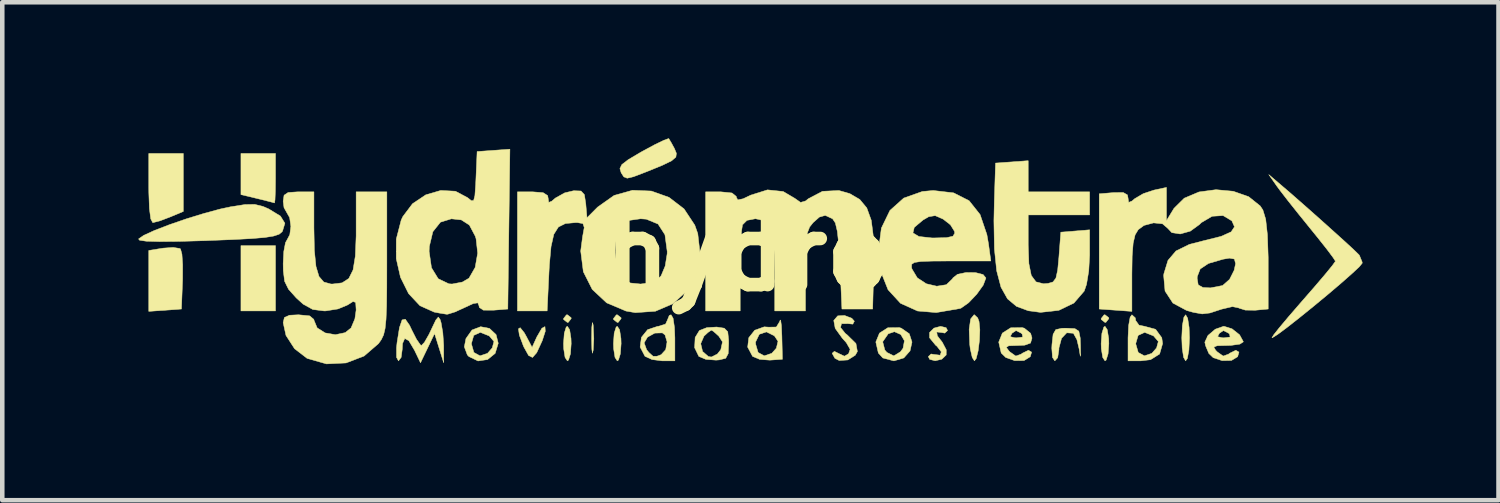
<source format=kicad_pcb>
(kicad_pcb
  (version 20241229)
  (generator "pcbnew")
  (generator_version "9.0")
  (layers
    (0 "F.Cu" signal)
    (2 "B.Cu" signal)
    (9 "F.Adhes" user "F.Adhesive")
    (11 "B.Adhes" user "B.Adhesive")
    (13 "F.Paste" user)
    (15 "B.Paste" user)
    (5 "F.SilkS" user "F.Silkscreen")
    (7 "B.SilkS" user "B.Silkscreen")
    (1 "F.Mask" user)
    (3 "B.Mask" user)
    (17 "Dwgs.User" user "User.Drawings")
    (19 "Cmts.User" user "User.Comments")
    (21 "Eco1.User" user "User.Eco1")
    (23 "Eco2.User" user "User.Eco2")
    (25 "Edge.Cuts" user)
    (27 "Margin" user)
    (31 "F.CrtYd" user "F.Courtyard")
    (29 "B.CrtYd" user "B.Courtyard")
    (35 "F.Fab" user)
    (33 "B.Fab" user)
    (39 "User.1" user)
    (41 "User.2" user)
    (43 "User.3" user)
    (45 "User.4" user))
  (footprint "hydro"
    (layer "F.Cu")
    (at 13.438 2.535)
    (property "Reference" "hydro" (at 0 0 0) (layer "F.SilkS") (effects (font (size 1.524 1.524) (thickness 0.3))))
    (attr through_hole)
    (fp_poly (pts (xy -10.414 1.27) (xy -11.176 1.27) (xy -11.176 -0.169) (xy -10.414 -0.169) (xy -10.414 1.27)) (stroke (width 0.01) (type solid)) (fill yes) (layer "F.SilkS"))
    (fp_poly (pts (xy -3.897 1.419) (xy -3.895 1.439) (xy -3.959 1.522) (xy -3.979 1.524) (xy -4.062 1.46) (xy -4.064 1.439) (xy -4 1.357) (xy -3.979 1.355) (xy -3.897 1.419)) (stroke (width 0.01) (type solid)) (fill yes) (layer "F.SilkS"))
    (fp_poly (pts (xy -2.796 1.419) (xy -2.794 1.439) (xy -2.858 1.522) (xy -2.879 1.524) (xy -2.961 1.46) (xy -2.963 1.439) (xy -2.899 1.357) (xy -2.879 1.355) (xy -2.796 1.419)) (stroke (width 0.01) (type solid)) (fill yes) (layer "F.SilkS"))
    (fp_poly (pts (xy 7.956 1.419) (xy 7.959 1.439) (xy 7.894 1.522) (xy 7.874 1.524) (xy 7.792 1.46) (xy 7.789 1.439) (xy 7.854 1.357) (xy 7.874 1.355) (xy 7.956 1.419)) (stroke (width 0.01) (type solid)) (fill yes) (layer "F.SilkS"))
    (fp_poly (pts (xy -10.414 -1.651) (xy -10.417 -1.373) (xy -10.425 -1.178) (xy -10.435 -1.111) (xy -10.523 -1.135) (xy -10.718 -1.184) (xy -10.816 -1.208) (xy -11.176 -1.294) (xy -11.176 -2.201) (xy -10.414 -2.201) (xy -10.414 -1.651)) (stroke (width 0.01) (type solid)) (fill yes) (layer "F.SilkS"))
    (fp_poly (pts (xy -3.412 1.571) (xy -3.41 1.587) (xy -3.396 1.884) (xy -3.41 2.138) (xy -3.427 2.202) (xy -3.439 2.115) (xy -3.444 1.897) (xy -3.444 1.863) (xy -3.44 1.63) (xy -3.428 1.526) (xy -3.412 1.571)) (stroke (width 0.01) (type solid)) (fill yes) (layer "F.SilkS"))
    (fp_poly (pts (xy -12.446 -0.923) (xy -12.74 -0.8) (xy -12.954 -0.719) (xy -13.106 -0.679) (xy -13.121 -0.677) (xy -13.164 -0.758) (xy -13.194 -0.986) (xy -13.207 -1.34) (xy -13.208 -1.439) (xy -13.208 -2.201) (xy -12.446 -2.201) (xy -12.446 -0.923)) (stroke (width 0.01) (type solid)) (fill yes) (layer "F.SilkS"))
    (fp_poly (pts (xy -12.522 -0.106) (xy -12.508 -0.095) (xy -12.477 0.018) (xy -12.461 0.252) (xy -12.462 0.559) (xy -12.463 0.601) (xy -12.488 1.228) (xy -12.848 1.254) (xy -13.208 1.28) (xy -13.208 -0.063) (xy -12.893 -0.114) (xy -12.67 -0.13) (xy -12.522 -0.106)) (stroke (width 0.01) (type solid)) (fill yes) (layer "F.SilkS"))
    (fp_poly (pts (xy -3.929 1.684) (xy -3.899 1.876) (xy -3.895 1.99) (xy -3.911 2.217) (xy -3.954 2.353) (xy -3.979 2.371) (xy -4.03 2.295) (xy -4.06 2.104) (xy -4.064 1.99) (xy -4.047 1.762) (xy -4.005 1.626) (xy -3.979 1.609) (xy -3.929 1.684)) (stroke (width 0.01) (type solid)) (fill yes) (layer "F.SilkS"))
    (fp_poly (pts (xy -2.828 1.684) (xy -2.798 1.876) (xy -2.794 1.99) (xy -2.811 2.217) (xy -2.853 2.353) (xy -2.879 2.371) (xy -2.929 2.295) (xy -2.959 2.104) (xy -2.963 1.99) (xy -2.947 1.762) (xy -2.904 1.626) (xy -2.879 1.609) (xy -2.828 1.684)) (stroke (width 0.01) (type solid)) (fill yes) (layer "F.SilkS"))
    (fp_poly (pts (xy 7.924 1.684) (xy 7.955 1.876) (xy 7.959 1.99) (xy 7.942 2.217) (xy 7.899 2.353) (xy 7.874 2.371) (xy 7.824 2.295) (xy 7.793 2.104) (xy 7.789 1.99) (xy 7.806 1.762) (xy 7.849 1.626) (xy 7.874 1.609) (xy 7.924 1.684)) (stroke (width 0.01) (type solid)) (fill yes) (layer "F.SilkS"))
    (fp_poly (pts (xy 9.697 1.432) (xy 9.728 1.633) (xy 9.737 1.863) (xy 9.724 2.133) (xy 9.69 2.317) (xy 9.652 2.371) (xy 9.607 2.294) (xy 9.576 2.092) (xy 9.567 1.863) (xy 9.58 1.592) (xy 9.614 1.409) (xy 9.652 1.355) (xy 9.697 1.432)) (stroke (width 0.01) (type solid)) (fill yes) (layer "F.SilkS"))
    (fp_poly (pts (xy 5.068 1.424) (xy 5.097 1.503) (xy 5.115 1.684) (xy 5.106 1.919) (xy 5.077 2.151) (xy 5.034 2.32) (xy 4.995 2.371) (xy 4.947 2.295) (xy 4.904 2.106) (xy 4.892 2.011) (xy 4.879 1.674) (xy 4.912 1.447) (xy 4.987 1.355) (xy 4.995 1.355) (xy 5.068 1.424)) (stroke (width 0.01) (type solid)) (fill yes) (layer "F.SilkS"))
    (fp_poly (pts (xy -4.466 1.719) (xy -4.533 1.926) (xy -4.654 2.189) (xy -4.747 2.296) (xy -4.834 2.253) (xy -4.938 2.066) (xy -4.952 2.034) (xy -5.038 1.804) (xy -5.058 1.665) (xy -5.019 1.64) (xy -4.93 1.75) (xy -4.883 1.834) (xy -4.757 2.074) (xy -4.651 1.841) (xy -4.541 1.652) (xy -4.473 1.616) (xy -4.466 1.719)) (stroke (width 0.01) (type solid)) (fill yes) (layer "F.SilkS"))
    (fp_poly (pts (xy -1.743 -2.529) (xy -1.688 -2.438) (xy -1.619 -2.311) (xy -1.575 -2.204) (xy -1.587 -2.121) (xy -1.681 -2.04) (xy -1.88 -1.943) (xy -2.21 -1.808) (xy -2.272 -1.784) (xy -2.521 -1.689) (xy -2.66 -1.656) (xy -2.735 -1.686) (xy -2.793 -1.776) (xy -2.821 -1.868) (xy -2.778 -1.957) (xy -2.637 -2.065) (xy -2.374 -2.221) (xy -2.325 -2.249) (xy -2.056 -2.394) (xy -1.851 -2.493) (xy -1.748 -2.53) (xy -1.743 -2.529)) (stroke (width 0.01) (type solid)) (fill yes) (layer "F.SilkS"))
    (fp_poly (pts (xy 4.371 1.639) (xy 4.403 1.702) (xy 4.341 1.759) (xy 4.276 1.747) (xy 4.164 1.734) (xy 4.178 1.82) (xy 4.286 1.959) (xy 4.374 2.126) (xy 4.373 2.241) (xy 4.277 2.334) (xy 4.13 2.369) (xy 4.009 2.338) (xy 3.979 2.277) (xy 4.04 2.219) (xy 4.098 2.229) (xy 4.24 2.246) (xy 4.265 2.172) (xy 4.167 2.047) (xy 4.139 2.025) (xy 4.006 1.862) (xy 4.006 1.746) (xy 4.103 1.649) (xy 4.249 1.61) (xy 4.371 1.639)) (stroke (width 0.01) (type solid)) (fill yes) (layer "F.SilkS"))
    (fp_poly (pts (xy -5.697 1.655) (xy -5.551 1.792) (xy -5.503 1.983) (xy -5.571 2.206) (xy -5.738 2.342) (xy -5.949 2.373) (xy -6.15 2.276) (xy -6.185 2.239) (xy -6.251 2.061) (xy -6.237 1.992) (xy -6.096 1.992) (xy -6.04 2.186) (xy -5.905 2.26) (xy -5.74 2.205) (xy -5.636 2.086) (xy -5.597 1.944) (xy -5.702 1.821) (xy -5.898 1.743) (xy -6.043 1.809) (xy -6.096 1.992) (xy -6.237 1.992) (xy -6.215 1.879) (xy -6.081 1.69) (xy -5.891 1.618) (xy -5.697 1.655)) (stroke (width 0.01) (type solid)) (fill yes) (layer "F.SilkS"))
    (fp_poly (pts (xy 7.21 1.66) (xy 7.297 1.716) (xy 7.328 1.867) (xy 7.334 2.032) (xy 7.337 2.232) (xy 7.33 2.269) (xy 7.31 2.148) (xy 7.306 2.117) (xy 7.255 1.903) (xy 7.181 1.769) (xy 7.171 1.762) (xy 7.031 1.752) (xy 6.916 1.873) (xy 6.859 2.086) (xy 6.858 2.127) (xy 6.831 2.301) (xy 6.768 2.371) (xy 6.716 2.294) (xy 6.701 2.091) (xy 6.705 2.011) (xy 6.73 1.785) (xy 6.789 1.682) (xy 6.925 1.652) (xy 7.027 1.651) (xy 7.21 1.66)) (stroke (width 0.01) (type solid)) (fill yes) (layer "F.SilkS"))
    (fp_poly (pts (xy 2.292 1.432) (xy 2.348 1.496) (xy 2.314 1.561) (xy 2.206 1.55) (xy 2.064 1.551) (xy 2.044 1.636) (xy 2.148 1.766) (xy 2.185 1.794) (xy 2.383 1.988) (xy 2.415 2.164) (xy 2.368 2.247) (xy 2.204 2.351) (xy 2.014 2.363) (xy 1.919 2.314) (xy 1.858 2.203) (xy 1.908 2.161) (xy 1.993 2.204) (xy 2.129 2.268) (xy 2.221 2.215) (xy 2.255 2.116) (xy 2.172 1.971) (xy 2.08 1.868) (xy 1.926 1.654) (xy 1.894 1.481) (xy 1.981 1.379) (xy 2.131 1.37) (xy 2.292 1.432)) (stroke (width 0.01) (type solid)) (fill yes) (layer "F.SilkS"))
    (fp_poly (pts (xy 3.382 1.65) (xy 3.559 1.773) (xy 3.619 1.957) (xy 3.576 2.151) (xy 3.439 2.306) (xy 3.222 2.371) (xy 3.217 2.371) (xy 2.976 2.307) (xy 2.877 2.198) (xy 2.822 1.957) (xy 2.824 1.95) (xy 2.973 1.95) (xy 3.02 2.132) (xy 3.066 2.185) (xy 3.218 2.261) (xy 3.366 2.17) (xy 3.422 2.092) (xy 3.452 1.928) (xy 3.372 1.79) (xy 3.231 1.728) (xy 3.095 1.774) (xy 2.973 1.95) (xy 2.824 1.95) (xy 2.902 1.759) (xy 3.086 1.641) (xy 3.34 1.638) (xy 3.382 1.65)) (stroke (width 0.01) (type solid)) (fill yes) (layer "F.SilkS"))
    (fp_poly (pts (xy -10.688 -1.033) (xy -10.564 -0.979) (xy -10.305 -0.821) (xy -10.207 -0.663) (xy -10.26 -0.488) (xy -10.272 -0.472) (xy -10.334 -0.421) (xy -10.45 -0.382) (xy -10.645 -0.35) (xy -10.94 -0.325) (xy -11.358 -0.303) (xy -11.923 -0.281) (xy -11.931 -0.28) (xy -12.532 -0.263) (xy -12.973 -0.259) (xy -13.263 -0.267) (xy -13.411 -0.289) (xy -13.433 -0.317) (xy -13.321 -0.395) (xy -13.084 -0.504) (xy -12.759 -0.629) (xy -12.383 -0.759) (xy -11.996 -0.878) (xy -11.635 -0.976) (xy -11.407 -1.025) (xy -11.09 -1.075) (xy -10.873 -1.079) (xy -10.688 -1.033)) (stroke (width 0.01) (type solid)) (fill yes) (layer "F.SilkS"))
    (fp_poly (pts (xy 8.542 1.423) (xy 8.551 1.482) (xy 8.624 1.584) (xy 8.746 1.609) (xy 8.991 1.676) (xy 9.126 1.861) (xy 9.144 1.99) (xy 9.078 2.22) (xy 8.878 2.345) (xy 8.661 2.371) (xy 8.382 2.371) (xy 8.382 1.992) (xy 8.551 1.992) (xy 8.607 2.186) (xy 8.743 2.26) (xy 8.907 2.205) (xy 9.011 2.086) (xy 9.05 1.944) (xy 8.945 1.821) (xy 8.749 1.743) (xy 8.605 1.809) (xy 8.551 1.992) (xy 8.382 1.992) (xy 8.382 1.863) (xy 8.395 1.592) (xy 8.428 1.409) (xy 8.467 1.355) (xy 8.542 1.423)) (stroke (width 0.01) (type solid)) (fill yes) (layer "F.SilkS"))
    (fp_poly (pts (xy 0.74 1.595) (xy 0.75 1.824) (xy 0.762 2.336) (xy 0.484 2.355) (xy 0.261 2.338) (xy 0.106 2.273) (xy 0.103 2.27) (xy -0.004 2.068) (xy 0.005 1.992) (xy 0.169 1.992) (xy 0.226 2.186) (xy 0.362 2.26) (xy 0.528 2.204) (xy 0.628 2.092) (xy 0.665 1.939) (xy 0.585 1.819) (xy 0.409 1.732) (xy 0.252 1.785) (xy 0.171 1.954) (xy 0.169 1.992) (xy 0.005 1.992) (xy 0.021 1.86) (xy 0.152 1.695) (xy 0.361 1.621) (xy 0.461 1.628) (xy 0.628 1.625) (xy 0.701 1.506) (xy 0.704 1.49) (xy 0.723 1.471) (xy 0.74 1.595)) (stroke (width 0.01) (type solid)) (fill yes) (layer "F.SilkS"))
    (fp_poly (pts (xy -0.519 1.651) (xy -0.443 1.729) (xy -0.424 1.91) (xy -0.423 1.99) (xy -0.433 2.211) (xy -0.488 2.314) (xy -0.628 2.349) (xy -0.701 2.355) (xy -0.925 2.338) (xy -1.08 2.273) (xy -1.082 2.27) (xy -1.174 2.08) (xy -1.169 1.991) (xy -1.039 1.991) (xy -0.998 2.164) (xy -0.87 2.275) (xy -0.804 2.286) (xy -0.671 2.219) (xy -0.596 2.123) (xy -0.559 1.952) (xy -0.641 1.826) (xy -0.758 1.721) (xy -0.804 1.693) (xy -0.88 1.745) (xy -0.967 1.826) (xy -1.039 1.991) (xy -1.169 1.991) (xy -1.162 1.855) (xy -1.068 1.702) (xy -0.904 1.638) (xy -0.687 1.625) (xy -0.519 1.651)) (stroke (width 0.01) (type solid)) (fill yes) (layer "F.SilkS"))
    (fp_poly (pts (xy -6.785 1.459) (xy -6.763 1.531) (xy -6.725 1.753) (xy -6.706 2.031) (xy -6.706 2.074) (xy -6.706 2.413) (xy -6.907 1.768) (xy -7.062 2.091) (xy -7.217 2.413) (xy -7.349 2.138) (xy -7.474 1.927) (xy -7.564 1.877) (xy -7.613 1.988) (xy -7.62 2.117) (xy -7.644 2.295) (xy -7.702 2.371) (xy -7.703 2.371) (xy -7.745 2.294) (xy -7.746 2.086) (xy -7.734 1.968) (xy -7.681 1.637) (xy -7.623 1.468) (xy -7.552 1.453) (xy -7.459 1.586) (xy -7.411 1.688) (xy -7.305 1.896) (xy -7.22 2.018) (xy -7.197 2.032) (xy -7.13 1.962) (xy -7.029 1.785) (xy -6.979 1.68) (xy -6.88 1.472) (xy -6.824 1.404) (xy -6.785 1.459)) (stroke (width 0.01) (type solid)) (fill yes) (layer "F.SilkS"))
    (fp_poly (pts (xy -1.648 1.432) (xy -1.618 1.633) (xy -1.609 1.863) (xy -1.609 2.371) (xy -1.888 2.371) (xy -2.112 2.342) (xy -2.267 2.271) (xy -2.269 2.269) (xy -2.375 2.066) (xy -2.363 1.976) (xy -2.286 1.976) (xy -2.231 2.126) (xy -2.184 2.184) (xy -2.09 2.27) (xy -2.008 2.27) (xy -1.912 2.235) (xy -1.811 2.124) (xy -1.781 1.952) (xy -1.826 1.8) (xy -1.884 1.754) (xy -2.051 1.759) (xy -2.212 1.847) (xy -2.286 1.973) (xy -2.286 1.976) (xy -2.363 1.976) (xy -2.347 1.853) (xy -2.21 1.683) (xy -1.987 1.609) (xy -1.973 1.609) (xy -1.815 1.561) (xy -1.778 1.482) (xy -1.732 1.369) (xy -1.693 1.355) (xy -1.648 1.432)) (stroke (width 0.01) (type solid)) (fill yes) (layer "F.SilkS"))
    (fp_poly (pts (xy 6.096 1.651) (xy 6.234 1.763) (xy 6.265 1.868) (xy 6.232 1.979) (xy 6.104 2.025) (xy 5.951 2.032) (xy 5.753 2.038) (xy 5.697 2.072) (xy 5.758 2.154) (xy 5.777 2.173) (xy 5.907 2.265) (xy 6.026 2.223) (xy 6.051 2.203) (xy 6.187 2.137) (xy 6.256 2.178) (xy 6.226 2.28) (xy 6.089 2.364) (xy 5.884 2.366) (xy 5.687 2.297) (xy 5.586 2.198) (xy 5.531 1.957) (xy 5.58 1.837) (xy 5.783 1.837) (xy 5.886 1.862) (xy 5.927 1.863) (xy 6.061 1.846) (xy 6.048 1.782) (xy 6.028 1.761) (xy 5.913 1.703) (xy 5.825 1.761) (xy 5.783 1.837) (xy 5.58 1.837) (xy 5.611 1.759) (xy 5.795 1.642) (xy 6.05 1.638) (xy 6.096 1.651)) (stroke (width 0.01) (type solid)) (fill yes) (layer "F.SilkS"))
    (fp_poly (pts (xy 6.181 -1.355) (xy 7.535 -1.355) (xy 7.535 -0.847) (xy 6.181 -0.847) (xy 6.181 -0.18) (xy 6.196 0.227) (xy 6.249 0.489) (xy 6.353 0.629) (xy 6.518 0.671) (xy 6.621 0.663) (xy 6.728 0.631) (xy 6.792 0.546) (xy 6.831 0.37) (xy 6.858 0.085) (xy 6.9 -0.466) (xy 7.218 -0.492) (xy 7.535 -0.518) (xy 7.535 0.041) (xy 7.516 0.387) (xy 7.467 0.684) (xy 7.416 0.833) (xy 7.189 1.096) (xy 6.856 1.257) (xy 6.453 1.302) (xy 6.182 1.266) (xy 5.923 1.17) (xy 5.724 1.003) (xy 5.581 0.747) (xy 5.486 0.386) (xy 5.436 -0.097) (xy 5.425 -0.72) (xy 5.434 -1.143) (xy 5.461 -1.99) (xy 5.821 -2.016) (xy 6.181 -2.042) (xy 6.181 -1.355)) (stroke (width 0.01) (type solid)) (fill yes) (layer "F.SilkS"))
    (fp_poly (pts (xy 10.676 1.665) (xy 10.841 1.796) (xy 10.921 1.942) (xy 10.922 1.953) (xy 10.847 2.002) (xy 10.657 2.029) (xy 10.565 2.032) (xy 10.348 2.037) (xy 10.273 2.066) (xy 10.312 2.135) (xy 10.349 2.173) (xy 10.479 2.265) (xy 10.598 2.223) (xy 10.623 2.203) (xy 10.759 2.137) (xy 10.828 2.178) (xy 10.798 2.28) (xy 10.662 2.362) (xy 10.457 2.366) (xy 10.261 2.301) (xy 10.163 2.207) (xy 10.092 2.038) (xy 10.075 1.959) (xy 10.132 1.837) (xy 10.355 1.837) (xy 10.458 1.862) (xy 10.499 1.863) (xy 10.633 1.846) (xy 10.62 1.782) (xy 10.6 1.761) (xy 10.485 1.703) (xy 10.397 1.761) (xy 10.355 1.837) (xy 10.132 1.837) (xy 10.145 1.81) (xy 10.306 1.673) (xy 10.488 1.609) (xy 10.499 1.609) (xy 10.676 1.665)) (stroke (width 0.01) (type solid)) (fill yes) (layer "F.SilkS"))
    (fp_poly (pts (xy 11.69 -1.561) (xy 11.944 -1.344) (xy 12.243 -1.082) (xy 12.561 -0.801) (xy 12.869 -0.525) (xy 13.142 -0.279) (xy 13.351 -0.087) (xy 13.468 0.027) (xy 13.482 0.042) (xy 13.543 0.191) (xy 13.545 0.217) (xy 13.484 0.293) (xy 13.317 0.449) (xy 13.073 0.664) (xy 12.78 0.913) (xy 12.466 1.173) (xy 12.159 1.421) (xy 11.888 1.634) (xy 11.681 1.788) (xy 11.565 1.86) (xy 11.555 1.863) (xy 11.589 1.803) (xy 11.717 1.641) (xy 11.919 1.4) (xy 12.176 1.103) (xy 12.23 1.041) (xy 12.501 0.73) (xy 12.726 0.466) (xy 12.883 0.274) (xy 12.952 0.178) (xy 12.954 0.173) (xy 12.903 0.093) (xy 12.767 -0.089) (xy 12.567 -0.341) (xy 12.398 -0.55) (xy 12.142 -0.866) (xy 11.908 -1.16) (xy 11.729 -1.392) (xy 11.663 -1.482) (xy 11.485 -1.736) (xy 11.69 -1.561)) (stroke (width 0.01) (type solid)) (fill yes) (layer "F.SilkS"))
    (fp_poly (pts (xy -5.269 -0.534) (xy -5.292 1.228) (xy -5.609 1.254) (xy -5.831 1.253) (xy -5.921 1.193) (xy -5.927 1.157) (xy -5.953 1.092) (xy -6.055 1.108) (xy -6.241 1.194) (xy -6.458 1.293) (xy -6.616 1.342) (xy -6.643 1.343) (xy -6.793 1.319) (xy -6.918 1.295) (xy -7.229 1.155) (xy -7.48 0.888) (xy -7.658 0.53) (xy -7.752 0.117) (xy -7.752 -0.042) (xy -7.027 -0.042) (xy -6.975 0.318) (xy -6.826 0.561) (xy -6.592 0.672) (xy -6.521 0.677) (xy -6.295 0.634) (xy -6.148 0.548) (xy -6.012 0.311) (xy -5.957 -0.004) (xy -5.992 -0.321) (xy -6.011 -0.38) (xy -6.14 -0.623) (xy -6.317 -0.737) (xy -6.536 -0.761) (xy -6.777 -0.687) (xy -6.945 -0.476) (xy -7.023 -0.149) (xy -7.027 -0.042) (xy -7.752 -0.042) (xy -7.751 -0.315) (xy -7.643 -0.732) (xy -7.608 -0.808) (xy -7.394 -1.093) (xy -7.1 -1.29) (xy -6.77 -1.386) (xy -6.447 -1.369) (xy -6.182 -1.229) (xy -6.096 -1.16) (xy -6.046 -1.165) (xy -6.018 -1.273) (xy -6.001 -1.509) (xy -5.994 -1.663) (xy -5.969 -2.244) (xy -5.607 -2.27) (xy -5.246 -2.296) (xy -5.269 -0.534)) (stroke (width 0.01) (type solid)) (fill yes) (layer "F.SilkS"))
    (fp_poly (pts (xy 0.779 -1.363) (xy 1.032 -1.214) (xy 1.163 -1.122) (xy 1.274 -1.155) (xy 1.333 -1.203) (xy 1.645 -1.367) (xy 2.007 -1.385) (xy 2.246 -1.317) (xy 2.467 -1.188) (xy 2.622 -1.001) (xy 2.721 -0.728) (xy 2.77 -0.345) (xy 2.779 0.172) (xy 2.776 0.322) (xy 2.752 1.228) (xy 2.074 1.228) (xy 2.032 0.272) (xy 2.006 -0.179) (xy 1.973 -0.484) (xy 1.929 -0.67) (xy 1.869 -0.76) (xy 1.863 -0.764) (xy 1.707 -0.836) (xy 1.578 -0.8) (xy 1.439 -0.677) (xy 1.362 -0.58) (xy 1.312 -0.45) (xy 1.284 -0.251) (xy 1.272 0.053) (xy 1.27 0.381) (xy 1.27 1.27) (xy 0.593 1.27) (xy 0.593 0.418) (xy 0.584 0.038) (xy 0.562 -0.291) (xy 0.528 -0.523) (xy 0.505 -0.598) (xy 0.367 -0.718) (xy 0.168 -0.763) (xy -0.019 -0.727) (xy -0.118 -0.628) (xy -0.139 -0.491) (xy -0.157 -0.226) (xy -0.167 0.122) (xy -0.169 0.388) (xy -0.169 1.27) (xy -0.931 1.27) (xy -0.931 -1.355) (xy -0.593 -1.355) (xy -0.349 -1.33) (xy -0.256 -1.255) (xy -0.254 -1.237) (xy -0.222 -1.178) (xy -0.104 -1.203) (xy 0.064 -1.283) (xy 0.433 -1.399) (xy 0.779 -1.363)) (stroke (width 0.01) (type solid)) (fill yes) (layer "F.SilkS"))
    (fp_poly (pts (xy 4.536 -1.333) (xy 4.878 -1.16) (xy 5.12 -0.855) (xy 5.27 -0.413) (xy 5.305 -0.213) (xy 5.357 0.169) (xy 4.464 0.169) (xy 4.068 0.171) (xy 3.813 0.18) (xy 3.671 0.202) (xy 3.612 0.242) (xy 3.609 0.308) (xy 3.618 0.344) (xy 3.735 0.54) (xy 3.934 0.671) (xy 4.165 0.725) (xy 4.376 0.692) (xy 4.514 0.559) (xy 4.521 0.543) (xy 4.623 0.462) (xy 4.811 0.423) (xy 5.02 0.425) (xy 5.187 0.468) (xy 5.249 0.544) (xy 5.19 0.701) (xy 5.046 0.902) (xy 4.866 1.091) (xy 4.7 1.208) (xy 4.674 1.217) (xy 4.153 1.306) (xy 3.743 1.272) (xy 3.366 1.102) (xy 3.091 0.803) (xy 2.926 0.389) (xy 2.879 -0.061) (xy 2.93 -0.45) (xy 3.64 -0.45) (xy 3.771 -0.371) (xy 4.06 -0.339) (xy 4.113 -0.339) (xy 4.383 -0.346) (xy 4.521 -0.377) (xy 4.561 -0.442) (xy 4.556 -0.484) (xy 4.467 -0.628) (xy 4.306 -0.754) (xy 4.13 -0.831) (xy 3.986 -0.807) (xy 3.862 -0.734) (xy 3.669 -0.572) (xy 3.64 -0.45) (xy 2.93 -0.45) (xy 2.944 -0.556) (xy 3.133 -0.946) (xy 3.437 -1.218) (xy 3.846 -1.363) (xy 4.087 -1.385) (xy 4.536 -1.333)) (stroke (width 0.01) (type solid)) (fill yes) (layer "F.SilkS"))
    (fp_poly (pts (xy -2.128 -1.373) (xy -1.738 -1.234) (xy -1.407 -0.98) (xy -1.17 -0.622) (xy -1.104 -0.435) (xy -1.05 0.038) (xy -1.138 0.47) (xy -1.347 0.835) (xy -1.654 1.112) (xy -2.039 1.277) (xy -2.481 1.308) (xy -2.686 1.273) (xy -3.113 1.092) (xy -3.431 0.795) (xy -3.627 0.406) (xy -3.684 -0.042) (xy -2.921 -0.042) (xy -2.89 0.319) (xy -2.786 0.543) (xy -2.59 0.654) (xy -2.365 0.677) (xy -2.098 0.641) (xy -1.928 0.514) (xy -1.91 0.489) (xy -1.823 0.281) (xy -1.779 0.01) (xy -1.778 -0.042) (xy -1.828 -0.41) (xy -1.98 -0.646) (xy -2.239 -0.753) (xy -2.365 -0.762) (xy -2.644 -0.722) (xy -2.817 -0.587) (xy -2.903 -0.333) (xy -2.921 -0.042) (xy -3.684 -0.042) (xy -3.685 -0.051) (xy -3.644 -0.365) (xy -3.607 -0.569) (xy -3.636 -0.656) (xy -3.756 -0.677) (xy -3.803 -0.677) (xy -4.023 -0.657) (xy -4.177 -0.58) (xy -4.278 -0.419) (xy -4.339 -0.149) (xy -4.376 0.256) (xy -4.384 0.41) (xy -4.425 1.27) (xy -5.08 1.27) (xy -5.08 -1.355) (xy -4.741 -1.355) (xy -4.513 -1.337) (xy -4.414 -1.273) (xy -4.403 -1.215) (xy -4.39 -1.123) (xy -4.324 -1.149) (xy -4.244 -1.218) (xy -4.038 -1.333) (xy -3.841 -1.38) (xy -3.678 -1.374) (xy -3.604 -1.294) (xy -3.573 -1.092) (xy -3.573 -1.09) (xy -3.547 -0.784) (xy -3.311 -1.02) (xy -2.949 -1.276) (xy -2.543 -1.39) (xy -2.128 -1.373)) (stroke (width 0.01) (type solid)) (fill yes) (layer "F.SilkS"))
    (fp_poly (pts (xy -9.567 -0.556) (xy -9.557 -0.062) (xy -9.522 0.287) (xy -9.455 0.511) (xy -9.349 0.633) (xy -9.195 0.676) (xy -9.159 0.677) (xy -8.946 0.651) (xy -8.798 0.555) (xy -8.704 0.366) (xy -8.654 0.061) (xy -8.636 -0.383) (xy -8.636 -0.493) (xy -8.636 -1.355) (xy -7.959 -1.355) (xy -7.959 0.2) (xy -7.96 0.753) (xy -7.965 1.162) (xy -7.977 1.455) (xy -7.998 1.658) (xy -8.031 1.798) (xy -8.08 1.901) (xy -8.142 1.989) (xy -8.46 2.264) (xy -8.858 2.417) (xy -9.29 2.438) (xy -9.712 2.318) (xy -9.72 2.314) (xy -9.994 2.103) (xy -10.183 1.81) (xy -10.245 1.528) (xy -10.218 1.415) (xy -10.107 1.365) (xy -9.906 1.355) (xy -9.661 1.379) (xy -9.569 1.456) (xy -9.567 1.471) (xy -9.496 1.643) (xy -9.319 1.755) (xy -9.093 1.794) (xy -8.876 1.748) (xy -8.748 1.645) (xy -8.664 1.445) (xy -8.636 1.249) (xy -8.646 1.084) (xy -8.704 1.062) (xy -8.824 1.138) (xy -9.035 1.226) (xy -9.304 1.269) (xy -9.341 1.27) (xy -9.592 1.238) (xy -9.805 1.12) (xy -9.957 0.982) (xy -10.127 0.792) (xy -10.213 0.617) (xy -10.242 0.383) (xy -10.245 0.225) (xy -10.231 -0.042) (xy -10.194 -0.235) (xy -10.16 -0.296) (xy -10.099 -0.411) (xy -10.075 -0.593) (xy -10.102 -0.786) (xy -10.16 -0.889) (xy -10.226 -1.006) (xy -10.245 -1.148) (xy -10.225 -1.281) (xy -10.136 -1.341) (xy -9.929 -1.355) (xy -9.906 -1.355) (xy -9.567 -1.355) (xy -9.567 -0.556)) (stroke (width 0.01) (type solid)) (fill yes) (layer "F.SilkS"))
    (fp_poly (pts (xy 9.229 -1.086) (xy 9.229 -0.72) (xy 9.396 -0.993) (xy 9.622 -1.216) (xy 9.946 -1.353) (xy 10.321 -1.403) (xy 10.701 -1.368) (xy 11.041 -1.249) (xy 11.295 -1.046) (xy 11.355 -0.956) (xy 11.417 -0.752) (xy 11.455 -0.408) (xy 11.472 0.087) (xy 11.472 0.245) (xy 11.472 1.228) (xy 11.186 1.255) (xy 10.969 1.252) (xy 10.827 1.208) (xy 10.821 1.203) (xy 10.684 1.175) (xy 10.441 1.232) (xy 10.43 1.236) (xy 10.189 1.315) (xy 10.017 1.336) (xy 9.823 1.302) (xy 9.674 1.26) (xy 9.371 1.097) (xy 9.198 0.832) (xy 9.173 0.553) (xy 9.906 0.553) (xy 9.929 0.695) (xy 10.032 0.753) (xy 10.198 0.762) (xy 10.467 0.71) (xy 10.621 0.574) (xy 10.722 0.373) (xy 10.753 0.228) (xy 10.727 0.126) (xy 10.619 0.106) (xy 10.477 0.13) (xy 10.154 0.224) (xy 9.973 0.345) (xy 9.908 0.513) (xy 9.906 0.553) (xy 9.173 0.553) (xy 9.167 0.488) (xy 9.173 0.448) (xy 9.263 0.155) (xy 9.439 -0.052) (xy 9.732 -0.196) (xy 10.057 -0.28) (xy 10.435 -0.374) (xy 10.655 -0.473) (xy 10.729 -0.585) (xy 10.671 -0.716) (xy 10.478 -0.832) (xy 10.236 -0.817) (xy 9.998 -0.677) (xy 9.956 -0.635) (xy 9.755 -0.489) (xy 9.533 -0.427) (xy 9.347 -0.456) (xy 9.259 -0.55) (xy 9.142 -0.651) (xy 8.945 -0.671) (xy 8.734 -0.615) (xy 8.607 -0.522) (xy 8.538 -0.407) (xy 8.495 -0.224) (xy 8.473 0.061) (xy 8.467 0.456) (xy 8.467 1.28) (xy 8.107 1.254) (xy 7.747 1.228) (xy 7.747 -1.312) (xy 8.065 -1.339) (xy 8.278 -1.34) (xy 8.369 -1.288) (xy 8.382 -1.22) (xy 8.396 -1.123) (xy 8.467 -1.152) (xy 8.53 -1.205) (xy 8.719 -1.316) (xy 8.954 -1.394) (xy 9.229 -1.453) (xy 9.229 -1.086)) (stroke (width 0.01) (type solid)) (fill yes) (layer "F.SilkS")))
  (gr_rect
    (start -3 -3)
    (end 29.988 7.978)
    (stroke (width 0.1) (type default))
    (fill no)
    (layer "Edge.Cuts")))
</source>
